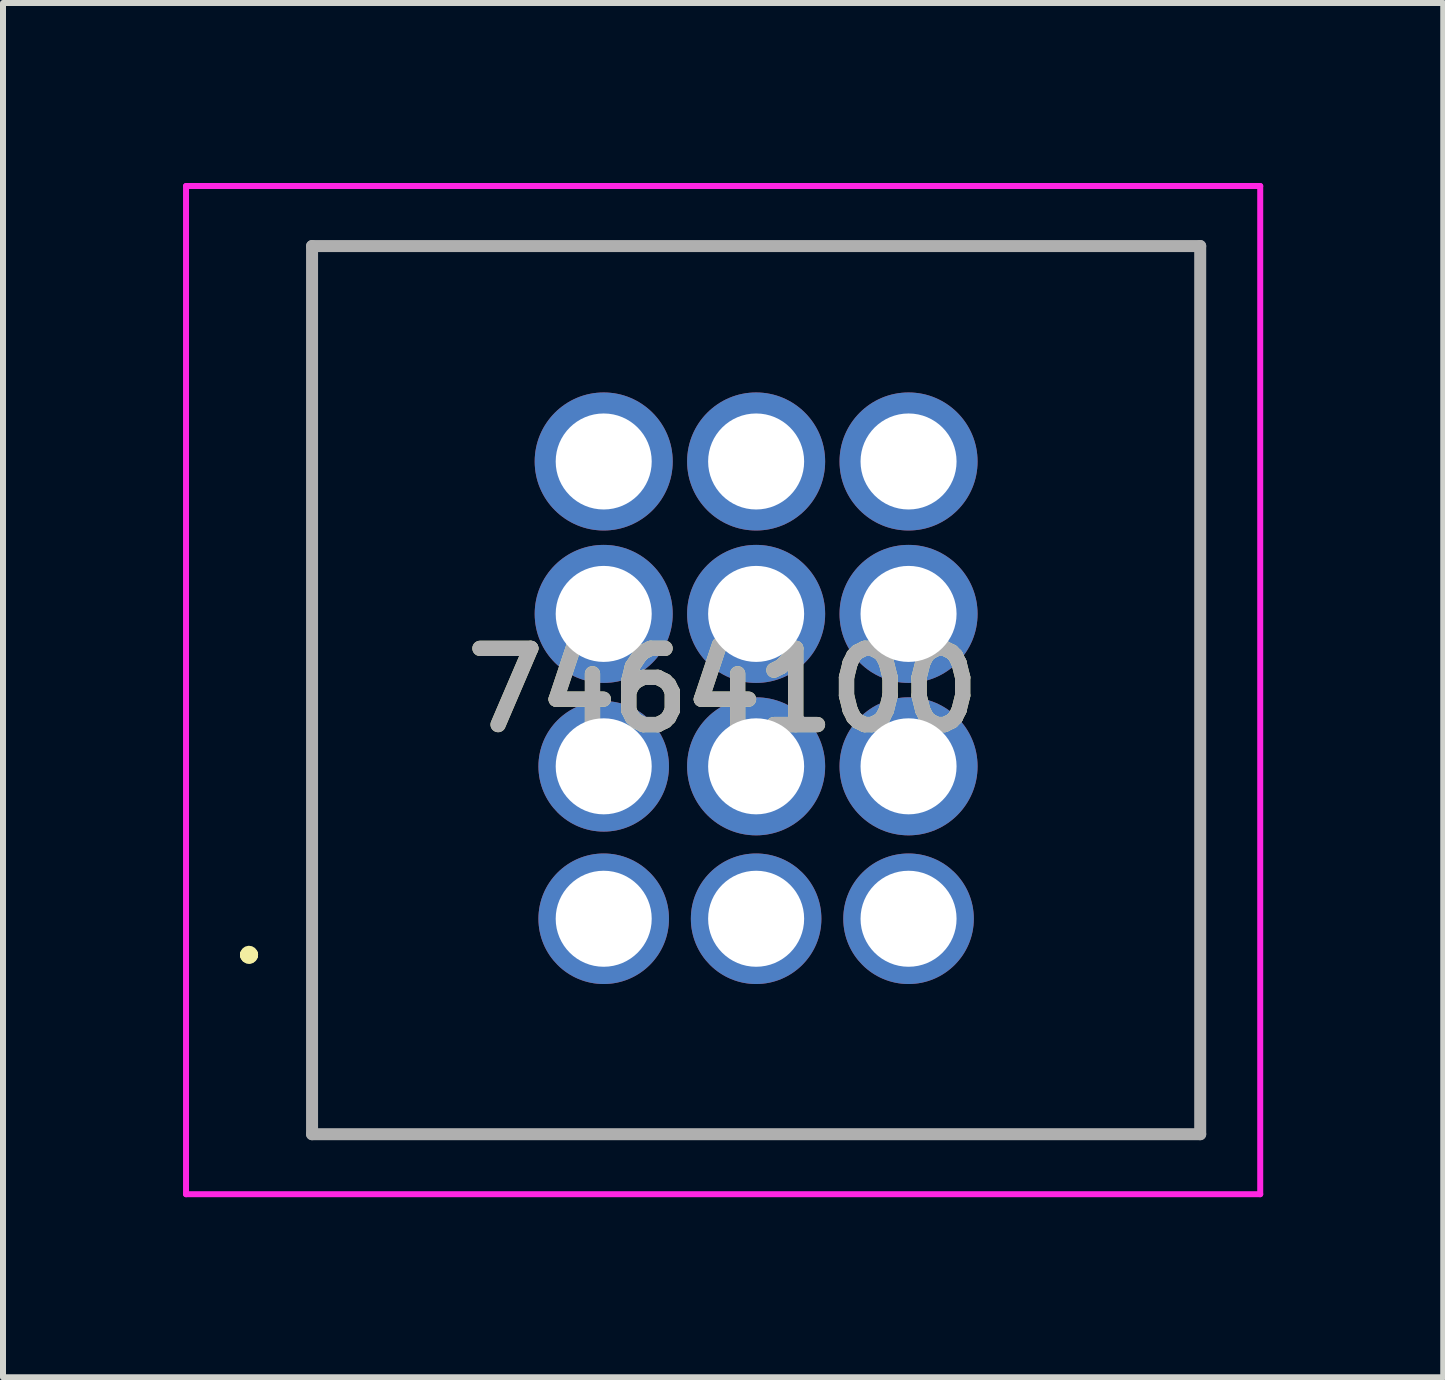
<source format=kicad_pcb>
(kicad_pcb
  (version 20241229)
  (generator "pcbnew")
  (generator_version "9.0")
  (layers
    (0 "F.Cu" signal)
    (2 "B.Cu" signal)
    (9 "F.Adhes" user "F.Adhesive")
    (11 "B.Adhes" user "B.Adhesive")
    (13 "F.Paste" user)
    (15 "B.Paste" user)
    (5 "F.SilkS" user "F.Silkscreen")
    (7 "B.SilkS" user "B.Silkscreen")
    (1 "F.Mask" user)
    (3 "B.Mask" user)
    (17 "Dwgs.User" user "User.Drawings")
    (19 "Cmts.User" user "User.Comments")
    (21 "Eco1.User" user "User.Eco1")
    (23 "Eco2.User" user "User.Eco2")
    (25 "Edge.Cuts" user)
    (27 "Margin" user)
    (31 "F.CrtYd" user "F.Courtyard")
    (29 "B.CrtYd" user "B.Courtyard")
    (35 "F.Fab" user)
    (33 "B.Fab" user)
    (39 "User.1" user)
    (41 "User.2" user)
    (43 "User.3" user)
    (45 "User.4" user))
  (footprint "7464100"
    (layer "F.Cu")
    (at 7.01 12.26)
    (property "Reference" "7464100" (at 1.99 -3.81 0) (layer "F.SilkS") (effects (font (size 1.27 1.27) (thickness 0.254))))
    (attr through_hole)
    (fp_line (start -5.96 0.6) (end -5.96 0.6) (stroke (width 0.2) (type solid)) (layer "F.SilkS"))
    (fp_line (start -5.96 0.6) (end -5.96 0.6) (stroke (width 0.2) (type solid)) (layer "F.SilkS"))
    (fp_line (start -5.86 0.6) (end -5.86 0.6) (stroke (width 0.2) (type solid)) (layer "F.SilkS"))
    (fp_line (start -4.86 -11.21) (end 9.94 -11.21) (stroke (width 0.1) (type solid)) (layer "F.SilkS"))
    (fp_line (start -4.86 3.59) (end -4.86 -11.21) (stroke (width 0.1) (type solid)) (layer "F.SilkS"))
    (fp_line (start 9.94 -11.21) (end 9.94 3.59) (stroke (width 0.1) (type solid)) (layer "F.SilkS"))
    (fp_line (start 9.94 3.59) (end -4.86 3.59) (stroke (width 0.1) (type solid)) (layer "F.SilkS"))
    (fp_arc (start -5.96 0.6) (mid -5.91 0.55) (end -5.86 0.6) (stroke (width 0.2) (type solid)) (layer "F.SilkS"))
    (fp_arc (start -5.86 0.6) (mid -5.91 0.65) (end -5.96 0.6) (stroke (width 0.2) (type solid)) (layer "F.SilkS"))
    (fp_arc (start -5.86 0.6) (mid -5.91 0.65) (end -5.96 0.6) (stroke (width 0.2) (type solid)) (layer "F.SilkS"))
    (fp_line (start -6.96 -12.21) (end 10.94 -12.21) (stroke (width 0.1) (type solid)) (layer "F.CrtYd"))
    (fp_line (start -6.96 4.59) (end -6.96 -12.21) (stroke (width 0.1) (type solid)) (layer "F.CrtYd"))
    (fp_line (start 10.94 -12.21) (end 10.94 4.59) (stroke (width 0.1) (type solid)) (layer "F.CrtYd"))
    (fp_line (start 10.94 4.59) (end -6.96 4.59) (stroke (width 0.1) (type solid)) (layer "F.CrtYd"))
    (fp_line (start -4.86 -11.21) (end -4.86 3.59) (stroke (width 0.2) (type solid)) (layer "F.Fab"))
    (fp_line (start -4.86 3.59) (end 9.94 3.59) (stroke (width 0.2) (type solid)) (layer "F.Fab"))
    (fp_line (start 9.94 -11.21) (end -4.86 -11.21) (stroke (width 0.2) (type solid)) (layer "F.Fab"))
    (fp_line (start 9.94 3.59) (end 9.94 -11.21) (stroke (width 0.2) (type solid)) (layer "F.Fab"))
    (fp_text user "${REFERENCE}" (at 1.99 -3.81 0) (layer "F.Fab") (effects (font (size 1.27 1.27) (thickness 0.254))))
    (pad "1" thru_hole circle (at 0 0) (size 2.175 2.175) (drill 1.6) (layers "*.Cu" "*.Mask"))
    (pad "2" thru_hole circle (at 2.54 0) (size 2.175 2.175) (drill 1.6) (layers "*.Cu" "*.Mask"))
    (pad "3" thru_hole circle (at 5.08 0) (size 2.175 2.175) (drill 1.6) (layers "*.Cu" "*.Mask"))
    (pad "4" thru_hole circle (at 0 -2.54) (size 2.175 2.175) (drill 1.6) (layers "*.Cu" "*.Mask"))
    (pad "5" thru_hole circle (at 2.54 -2.54) (size 2.3 2.3) (drill 1.6) (layers "*.Cu" "*.Mask"))
    (pad "6" thru_hole circle (at 5.08 -2.54) (size 2.3 2.3) (drill 1.6) (layers "*.Cu" "*.Mask"))
    (pad "7" thru_hole circle (at 0 -5.08) (size 2.3 2.3) (drill 1.6) (layers "*.Cu" "*.Mask"))
    (pad "8" thru_hole circle (at 2.54 -5.08) (size 2.3 2.3) (drill 1.6) (layers "*.Cu" "*.Mask"))
    (pad "9" thru_hole circle (at 5.08 -5.08) (size 2.3 2.3) (drill 1.6) (layers "*.Cu" "*.Mask"))
    (pad "10" thru_hole circle (at 0 -7.62) (size 2.3 2.3) (drill 1.6) (layers "*.Cu" "*.Mask"))
    (pad "11" thru_hole circle (at 2.54 -7.62) (size 2.3 2.3) (drill 1.6) (layers "*.Cu" "*.Mask"))
    (pad "12" thru_hole circle (at 5.08 -7.62) (size 2.3 2.3) (drill 1.6) (layers "*.Cu" "*.Mask")))
  (gr_rect
    (start -3 -3)
    (end 21 19.9)
    (stroke (width 0.1) (type default))
    (fill no)
    (layer "Edge.Cuts")))
</source>
